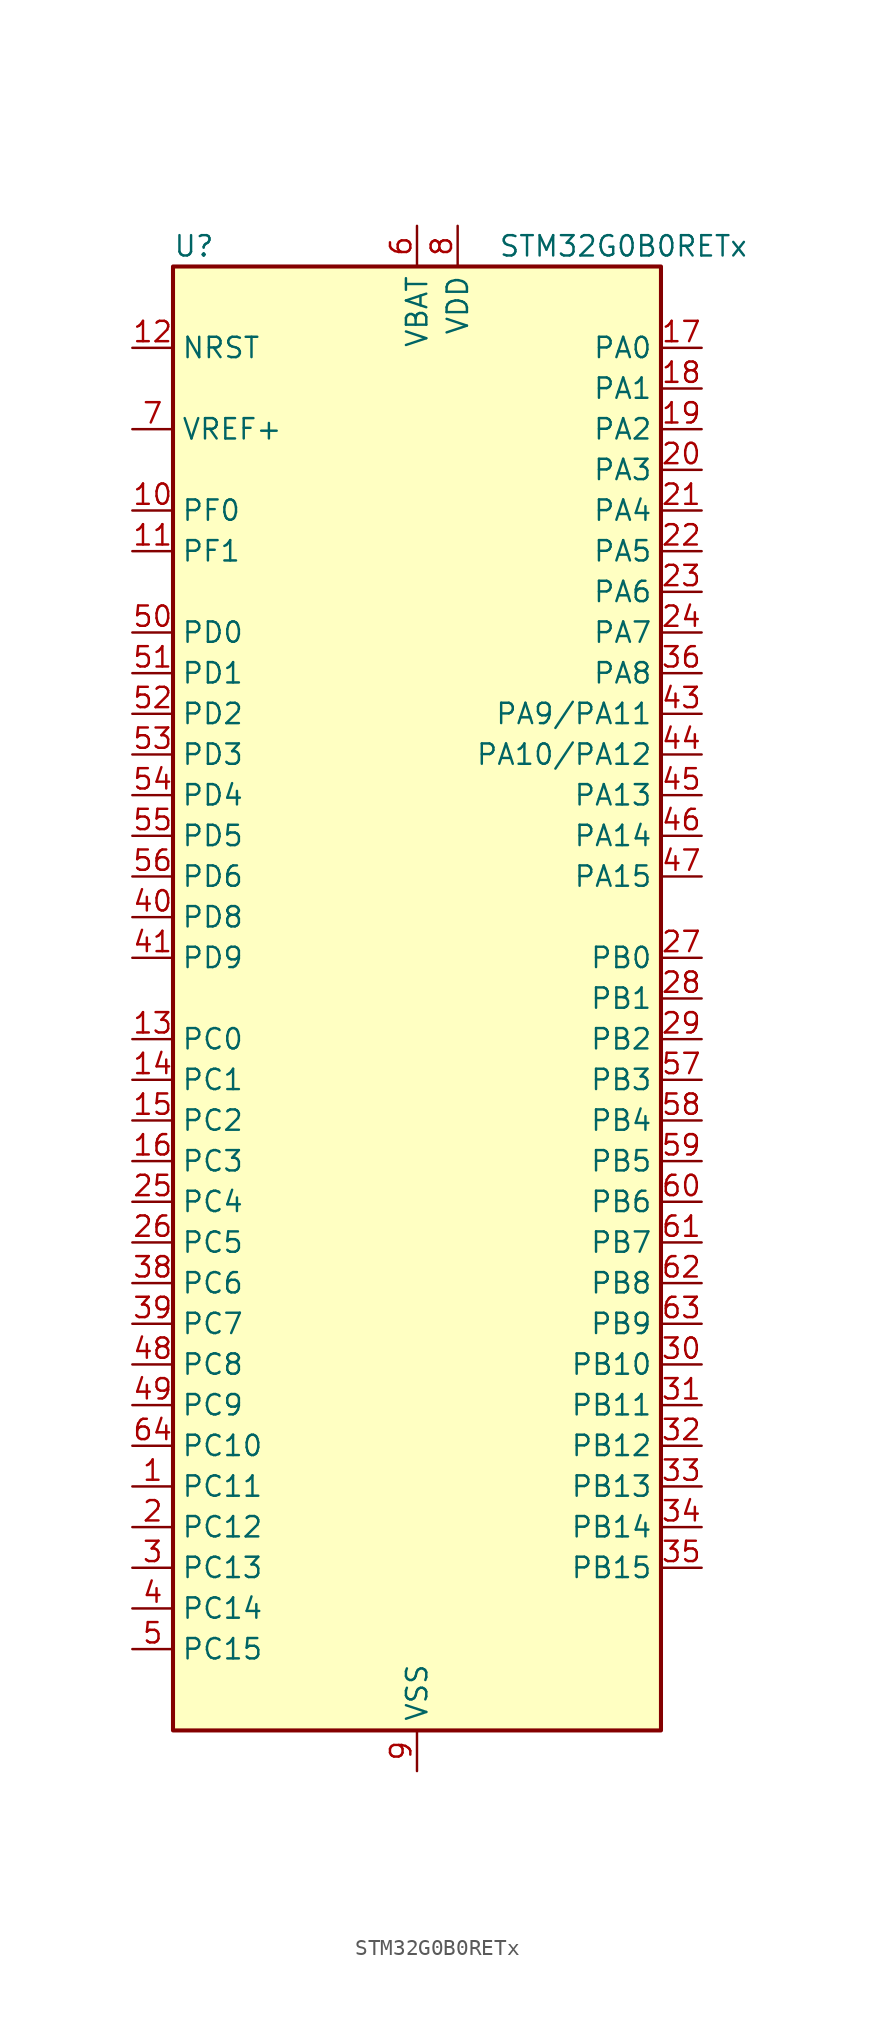
<source format=kicad_sym>
(kicad_symbol_lib
  (version 20241209)
  (generator "kicad_symbol_editor")
  (generator_version "9.0")
  (symbol "STM32G0B0RETx"
    (property "Reference" "U"
      (at -15.24 46.99 0)
      (effects (font (size 1.27 1.27)) (justify left)))
    (property "Value" "STM32G0B0RETx"
      (at 5.08 46.99 0)
      (effects (font (size 1.27 1.27)) (justify left)))
    (symbol "STM32G0B0RETx_0_1"
      (rectangle (start -15.24 -45.72) (end 15.24 45.72) (stroke (width 0.254) (type default)) (fill (type background))))
    (symbol "STM32G0B0RETx_1_1"
      (pin input line (at -17.78 40.64 0) (length 2.54) (name "NRST" (effects (font (size 1.27 1.27)))) (number "12" (effects (font (size 1.27 1.27)))))
      (pin input line (at -17.78 35.56 0) (length 2.54) (name "VREF+" (effects (font (size 1.27 1.27)))) (number "7" (effects (font (size 1.27 1.27)))))
      (pin bidirectional line (at -17.78 30.48 0) (length 2.54) (name "PF0" (effects (font (size 1.27 1.27)))) (number "10" (effects (font (size 1.27 1.27)))) (alternate "CRS1_SYNC" bidirectional line) (alternate "RCC_OSC_IN" bidirectional line) (alternate "TIM14_CH1" bidirectional line))
      (pin bidirectional line (at -17.78 27.94 0) (length 2.54) (name "PF1" (effects (font (size 1.27 1.27)))) (number "11" (effects (font (size 1.27 1.27)))) (alternate "RCC_OSC_EN" bidirectional line) (alternate "RCC_OSC_OUT" bidirectional line) (alternate "TIM15_CH1N" bidirectional line))
      (pin bidirectional line (at -17.78 22.86 0) (length 2.54) (name "PD0" (effects (font (size 1.27 1.27)))) (number "50" (effects (font (size 1.27 1.27)))) (alternate "I2S2_WS" bidirectional line) (alternate "SPI2_NSS" bidirectional line) (alternate "TIM16_CH1" bidirectional line))
      (pin bidirectional line (at -17.78 20.32 0) (length 2.54) (name "PD1" (effects (font (size 1.27 1.27)))) (number "51" (effects (font (size 1.27 1.27)))) (alternate "I2S2_CK" bidirectional line) (alternate "SPI2_SCK" bidirectional line) (alternate "TIM17_CH1" bidirectional line))
      (pin bidirectional line (at -17.78 17.78 0) (length 2.54) (name "PD2" (effects (font (size 1.27 1.27)))) (number "52" (effects (font (size 1.27 1.27)))) (alternate "TIM1_CH1N" bidirectional line) (alternate "TIM3_ETR" bidirectional line) (alternate "USART3_CK" bidirectional line) (alternate "USART3_DE" bidirectional line) (alternate "USART3_RTS" bidirectional line) (alternate "USART5_RX" bidirectional line))
      (pin bidirectional line (at -17.78 15.24 0) (length 2.54) (name "PD3" (effects (font (size 1.27 1.27)))) (number "53" (effects (font (size 1.27 1.27)))) (alternate "I2S2_MCK" bidirectional line) (alternate "SPI2_MISO" bidirectional line) (alternate "TIM1_CH2N" bidirectional line) (alternate "USART2_CTS" bidirectional line) (alternate "USART2_NSS" bidirectional line) (alternate "USART5_TX" bidirectional line))
      (pin bidirectional line (at -17.78 12.7 0) (length 2.54) (name "PD4" (effects (font (size 1.27 1.27)))) (number "54" (effects (font (size 1.27 1.27)))) (alternate "I2S2_SD" bidirectional line) (alternate "SPI2_MOSI" bidirectional line) (alternate "TIM1_CH3N" bidirectional line) (alternate "USART2_CK" bidirectional line) (alternate "USART2_DE" bidirectional line) (alternate "USART2_RTS" bidirectional line) (alternate "USART5_CK" bidirectional line) (alternate "USART5_DE" bidirectional line) (alternate "USART5_RTS" bidirectional line))
      (pin bidirectional line (at -17.78 10.16 0) (length 2.54) (name "PD5" (effects (font (size 1.27 1.27)))) (number "55" (effects (font (size 1.27 1.27)))) (alternate "I2S1_MCK" bidirectional line) (alternate "SPI1_MISO" bidirectional line) (alternate "TIM1_BK" bidirectional line) (alternate "USART2_TX" bidirectional line) (alternate "USART5_CTS" bidirectional line) (alternate "USART5_NSS" bidirectional line))
      (pin bidirectional line (at -17.78 7.62 0) (length 2.54) (name "PD6" (effects (font (size 1.27 1.27)))) (number "56" (effects (font (size 1.27 1.27)))) (alternate "I2S1_SD" bidirectional line) (alternate "SPI1_MOSI" bidirectional line) (alternate "USART2_RX" bidirectional line))
      (pin bidirectional line (at -17.78 5.08 0) (length 2.54) (name "PD8" (effects (font (size 1.27 1.27)))) (number "40" (effects (font (size 1.27 1.27)))) (alternate "I2S1_CK" bidirectional line) (alternate "SPI1_SCK" bidirectional line) (alternate "USART3_TX" bidirectional line))
      (pin bidirectional line (at -17.78 2.54 0) (length 2.54) (name "PD9" (effects (font (size 1.27 1.27)))) (number "41" (effects (font (size 1.27 1.27)))) (alternate "I2S1_WS" bidirectional line) (alternate "SPI1_NSS" bidirectional line) (alternate "TIM1_BK2" bidirectional line) (alternate "USART3_RX" bidirectional line))
      (pin bidirectional line (at -17.78 -2.54 0) (length 2.54) (name "PC0" (effects (font (size 1.27 1.27)))) (number "13" (effects (font (size 1.27 1.27)))) (alternate "I2C3_SCL" bidirectional line) (alternate "USART6_TX" bidirectional line))
      (pin bidirectional line (at -17.78 -5.08 0) (length 2.54) (name "PC1" (effects (font (size 1.27 1.27)))) (number "14" (effects (font (size 1.27 1.27)))) (alternate "I2C3_SDA" bidirectional line) (alternate "TIM15_CH1" bidirectional line) (alternate "USART6_RX" bidirectional line))
      (pin bidirectional line (at -17.78 -7.62 0) (length 2.54) (name "PC2" (effects (font (size 1.27 1.27)))) (number "15" (effects (font (size 1.27 1.27)))) (alternate "I2S2_MCK" bidirectional line) (alternate "SPI2_MISO" bidirectional line) (alternate "TIM15_CH2" bidirectional line))
      (pin bidirectional line (at -17.78 -10.16 0) (length 2.54) (name "PC3" (effects (font (size 1.27 1.27)))) (number "16" (effects (font (size 1.27 1.27)))) (alternate "I2S2_SD" bidirectional line) (alternate "SPI2_MOSI" bidirectional line))
      (pin bidirectional line (at -17.78 -12.7 0) (length 2.54) (name "PC4" (effects (font (size 1.27 1.27)))) (number "25" (effects (font (size 1.27 1.27)))) (alternate "ADC1_IN17" bidirectional line) (alternate "USART1_TX" bidirectional line) (alternate "USART3_TX" bidirectional line))
      (pin bidirectional line (at -17.78 -15.24 0) (length 2.54) (name "PC5" (effects (font (size 1.27 1.27)))) (number "26" (effects (font (size 1.27 1.27)))) (alternate "ADC1_IN18" bidirectional line) (alternate "SYS_WKUP5" bidirectional line) (alternate "USART1_RX" bidirectional line) (alternate "USART3_RX" bidirectional line))
      (pin bidirectional line (at -17.78 -17.78 0) (length 2.54) (name "PC6" (effects (font (size 1.27 1.27)))) (number "38" (effects (font (size 1.27 1.27)))) (alternate "TIM3_CH1" bidirectional line))
      (pin bidirectional line (at -17.78 -20.32 0) (length 2.54) (name "PC7" (effects (font (size 1.27 1.27)))) (number "39" (effects (font (size 1.27 1.27)))) (alternate "TIM3_CH2" bidirectional line))
      (pin bidirectional line (at -17.78 -22.86 0) (length 2.54) (name "PC8" (effects (font (size 1.27 1.27)))) (number "48" (effects (font (size 1.27 1.27)))) (alternate "TIM1_CH1" bidirectional line) (alternate "TIM3_CH3" bidirectional line))
      (pin bidirectional line (at -17.78 -25.4 0) (length 2.54) (name "PC9" (effects (font (size 1.27 1.27)))) (number "49" (effects (font (size 1.27 1.27)))) (alternate "I2S_CKIN" bidirectional line) (alternate "TIM1_CH2" bidirectional line) (alternate "TIM3_CH4" bidirectional line) (alternate "USB_NOE" bidirectional line))
      (pin bidirectional line (at -17.78 -27.94 0) (length 2.54) (name "PC10" (effects (font (size 1.27 1.27)))) (number "64" (effects (font (size 1.27 1.27)))) (alternate "SPI3_SCK" bidirectional line) (alternate "TIM1_CH3" bidirectional line) (alternate "USART3_TX" bidirectional line) (alternate "USART4_TX" bidirectional line))
      (pin bidirectional line (at -17.78 -30.48 0) (length 2.54) (name "PC11" (effects (font (size 1.27 1.27)))) (number "1" (effects (font (size 1.27 1.27)))) (alternate "ADC1_EXTI11" bidirectional line) (alternate "SPI3_MISO" bidirectional line) (alternate "TIM1_CH4" bidirectional line) (alternate "USART3_RX" bidirectional line) (alternate "USART4_RX" bidirectional line))
      (pin bidirectional line (at -17.78 -33.02 0) (length 2.54) (name "PC12" (effects (font (size 1.27 1.27)))) (number "2" (effects (font (size 1.27 1.27)))) (alternate "SPI3_MOSI" bidirectional line) (alternate "TIM14_CH1" bidirectional line) (alternate "USART5_TX" bidirectional line))
      (pin bidirectional line (at -17.78 -35.56 0) (length 2.54) (name "PC13" (effects (font (size 1.27 1.27)))) (number "3" (effects (font (size 1.27 1.27)))) (alternate "RTC_OUT1" bidirectional line) (alternate "RTC_TAMP_IN1" bidirectional line) (alternate "RTC_TS" bidirectional line) (alternate "SYS_WKUP2" bidirectional line) (alternate "TIM1_BK" bidirectional line))
      (pin bidirectional line (at -17.78 -38.1 0) (length 2.54) (name "PC14" (effects (font (size 1.27 1.27)))) (number "4" (effects (font (size 1.27 1.27)))) (alternate "RCC_OSC32_IN" bidirectional line) (alternate "TIM1_BK2" bidirectional line))
      (pin bidirectional line (at -17.78 -40.64 0) (length 2.54) (name "PC15" (effects (font (size 1.27 1.27)))) (number "5" (effects (font (size 1.27 1.27)))) (alternate "RCC_OSC32_EN" bidirectional line) (alternate "RCC_OSC32_OUT" bidirectional line) (alternate "RCC_OSC_EN" bidirectional line) (alternate "TIM15_BK" bidirectional line))
      (pin no_connect line (at -15.24 -43.18 0) (length 2.54) (hide yes) (name "NC/PA10" (effects (font (size 1.27 1.27)))) (number "42" (effects (font (size 1.27 1.27)))) (alternate "I2C1_SDA (PA10)" bidirectional line) (alternate "I2C2_SDA (PA10)" bidirectional line) (alternate "I2S2_SD (PA10)" bidirectional line) (alternate "NC" bidirectional line) (alternate "PA10" bidirectional line) (alternate "RCC_MCO_2 (PA10)" bidirectional line) (alternate "SPI2_MOSI (PA10)" bidirectional line) (alternate "TIM17_BK (PA10)" bidirectional line) (alternate "TIM1_CH3 (PA10)" bidirectional line) (alternate "USART1_RX (PA10)" bidirectional line))
      (pin no_connect line (at -15.24 -45.72 0) (length 2.54) (hide yes) (name "NC/PA9" (effects (font (size 1.27 1.27)))) (number "37" (effects (font (size 1.27 1.27)))) (alternate "I2C1_SCL (PA9)" bidirectional line) (alternate "I2C2_SCL (PA9)" bidirectional line) (alternate "I2S2_MCK (PA9)" bidirectional line) (alternate "NC" bidirectional line) (alternate "PA9" bidirectional line) (alternate "RCC_MCO (PA9)" bidirectional line) (alternate "SPI2_MISO (PA9)" bidirectional line) (alternate "TIM15_BK (PA9)" bidirectional line) (alternate "TIM1_CH2 (PA9)" bidirectional line) (alternate "USART1_TX (PA9)" bidirectional line))
      (pin power_in line (at 0 48.26 270) (length 2.54) (name "VBAT" (effects (font (size 1.27 1.27)))) (number "6" (effects (font (size 1.27 1.27)))))
      (pin power_in line (at 0 -48.26 90) (length 2.54) (name "VSS" (effects (font (size 1.27 1.27)))) (number "9" (effects (font (size 1.27 1.27)))))
      (pin power_in line (at 2.54 48.26 270) (length 2.54) (name "VDD" (effects (font (size 1.27 1.27)))) (number "8" (effects (font (size 1.27 1.27)))))
      (pin bidirectional line (at 17.78 40.64 180) (length 2.54) (name "PA0" (effects (font (size 1.27 1.27)))) (number "17" (effects (font (size 1.27 1.27)))) (alternate "ADC1_IN0" bidirectional line) (alternate "I2S2_CK" bidirectional line) (alternate "RTC_TAMP_IN2" bidirectional line) (alternate "SPI2_SCK" bidirectional line) (alternate "SYS_WKUP1" bidirectional line) (alternate "USART2_CTS" bidirectional line) (alternate "USART2_NSS" bidirectional line) (alternate "USART4_TX" bidirectional line))
      (pin bidirectional line (at 17.78 38.1 180) (length 2.54) (name "PA1" (effects (font (size 1.27 1.27)))) (number "18" (effects (font (size 1.27 1.27)))) (alternate "ADC1_IN1" bidirectional line) (alternate "I2C1_SMBA" bidirectional line) (alternate "I2S1_CK" bidirectional line) (alternate "SPI1_SCK" bidirectional line) (alternate "TIM15_CH1N" bidirectional line) (alternate "USART2_CK" bidirectional line) (alternate "USART2_DE" bidirectional line) (alternate "USART2_RTS" bidirectional line) (alternate "USART4_RX" bidirectional line))
      (pin bidirectional line (at 17.78 35.56 180) (length 2.54) (name "PA2" (effects (font (size 1.27 1.27)))) (number "19" (effects (font (size 1.27 1.27)))) (alternate "ADC1_IN2" bidirectional line) (alternate "I2S1_SD" bidirectional line) (alternate "RCC_LSCO" bidirectional line) (alternate "SPI1_MOSI" bidirectional line) (alternate "SYS_WKUP4" bidirectional line) (alternate "TIM15_CH1" bidirectional line) (alternate "USART2_TX" bidirectional line))
      (pin bidirectional line (at 17.78 33.02 180) (length 2.54) (name "PA3" (effects (font (size 1.27 1.27)))) (number "20" (effects (font (size 1.27 1.27)))) (alternate "ADC1_IN3" bidirectional line) (alternate "I2S2_MCK" bidirectional line) (alternate "SPI2_MISO" bidirectional line) (alternate "TIM15_CH2" bidirectional line) (alternate "USART2_RX" bidirectional line))
      (pin bidirectional line (at 17.78 30.48 180) (length 2.54) (name "PA4" (effects (font (size 1.27 1.27)))) (number "21" (effects (font (size 1.27 1.27)))) (alternate "ADC1_IN4" bidirectional line) (alternate "I2S1_WS" bidirectional line) (alternate "I2S2_SD" bidirectional line) (alternate "RTC_OUT2" bidirectional line) (alternate "SPI1_NSS" bidirectional line) (alternate "SPI2_MOSI" bidirectional line) (alternate "SPI3_NSS" bidirectional line) (alternate "TIM14_CH1" bidirectional line) (alternate "USART6_TX" bidirectional line) (alternate "USB_NOE" bidirectional line))
      (pin bidirectional line (at 17.78 27.94 180) (length 2.54) (name "PA5" (effects (font (size 1.27 1.27)))) (number "22" (effects (font (size 1.27 1.27)))) (alternate "ADC1_IN5" bidirectional line) (alternate "I2S1_CK" bidirectional line) (alternate "SPI1_SCK" bidirectional line) (alternate "USART3_TX" bidirectional line) (alternate "USART6_RX" bidirectional line))
      (pin bidirectional line (at 17.78 25.4 180) (length 2.54) (name "PA6" (effects (font (size 1.27 1.27)))) (number "23" (effects (font (size 1.27 1.27)))) (alternate "ADC1_IN6" bidirectional line) (alternate "I2C2_SDA" bidirectional line) (alternate "I2C3_SDA" bidirectional line) (alternate "I2S1_MCK" bidirectional line) (alternate "SPI1_MISO" bidirectional line) (alternate "TIM16_CH1" bidirectional line) (alternate "TIM1_BK" bidirectional line) (alternate "TIM3_CH1" bidirectional line) (alternate "USART3_CTS" bidirectional line) (alternate "USART3_NSS" bidirectional line) (alternate "USART6_CTS" bidirectional line) (alternate "USART6_NSS" bidirectional line))
      (pin bidirectional line (at 17.78 22.86 180) (length 2.54) (name "PA7" (effects (font (size 1.27 1.27)))) (number "24" (effects (font (size 1.27 1.27)))) (alternate "ADC1_IN7" bidirectional line) (alternate "I2C2_SCL" bidirectional line) (alternate "I2C3_SCL" bidirectional line) (alternate "I2S1_SD" bidirectional line) (alternate "SPI1_MOSI" bidirectional line) (alternate "TIM14_CH1" bidirectional line) (alternate "TIM17_CH1" bidirectional line) (alternate "TIM1_CH1N" bidirectional line) (alternate "TIM3_CH2" bidirectional line) (alternate "USART6_CK" bidirectional line) (alternate "USART6_DE" bidirectional line) (alternate "USART6_RTS" bidirectional line))
      (pin bidirectional line (at 17.78 20.32 180) (length 2.54) (name "PA8" (effects (font (size 1.27 1.27)))) (number "36" (effects (font (size 1.27 1.27)))) (alternate "CRS1_SYNC" bidirectional line) (alternate "I2C2_SMBA" bidirectional line) (alternate "I2S2_WS" bidirectional line) (alternate "RCC_MCO" bidirectional line) (alternate "SPI2_NSS" bidirectional line) (alternate "TIM1_CH1" bidirectional line))
      (pin bidirectional line (at 17.78 17.78 180) (length 2.54) (name "PA9/PA11" (effects (font (size 1.27 1.27)))) (number "43" (effects (font (size 1.27 1.27)))) (alternate "ADC1_EXTI11 (PA11)" bidirectional line) (alternate "I2C1_SCL (PA9)" bidirectional line) (alternate "I2C2_SCL (PA11)" bidirectional line) (alternate "I2C2_SCL (PA9)" bidirectional line) (alternate "I2S1_MCK (PA11)" bidirectional line) (alternate "I2S2_MCK (PA9)" bidirectional line) (alternate "PA11" bidirectional line) (alternate "PA9" bidirectional line) (alternate "RCC_MCO (PA9)" bidirectional line) (alternate "SPI1_MISO (PA11)" bidirectional line) (alternate "SPI2_MISO (PA9)" bidirectional line) (alternate "TIM15_BK (PA9)" bidirectional line) (alternate "TIM1_BK2 (PA11)" bidirectional line) (alternate "TIM1_CH2 (PA9)" bidirectional line) (alternate "TIM1_CH4 (PA11)" bidirectional line) (alternate "USART1_CTS (PA11)" bidirectional line) (alternate "USART1_NSS (PA11)" bidirectional line) (alternate "USART1_TX (PA9)" bidirectional line) (alternate "USB_DM (PA11)" bidirectional line))
      (pin bidirectional line (at 17.78 15.24 180) (length 2.54) (name "PA10/PA12" (effects (font (size 1.27 1.27)))) (number "44" (effects (font (size 1.27 1.27)))) (alternate "I2C1_SDA (PA10)" bidirectional line) (alternate "I2C2_SDA (PA10)" bidirectional line) (alternate "I2C2_SDA (PA12)" bidirectional line) (alternate "I2S1_SD (PA12)" bidirectional line) (alternate "I2S2_SD (PA10)" bidirectional line) (alternate "I2S_CKIN (PA12)" bidirectional line) (alternate "PA10" bidirectional line) (alternate "PA12" bidirectional line) (alternate "RCC_MCO_2 (PA10)" bidirectional line) (alternate "SPI1_MOSI (PA12)" bidirectional line) (alternate "SPI2_MOSI (PA10)" bidirectional line) (alternate "TIM17_BK (PA10)" bidirectional line) (alternate "TIM1_CH3 (PA10)" bidirectional line) (alternate "TIM1_ETR (PA12)" bidirectional line) (alternate "USART1_CK (PA12)" bidirectional line) (alternate "USART1_DE (PA12)" bidirectional line) (alternate "USART1_RTS (PA12)" bidirectional line) (alternate "USART1_RX (PA10)" bidirectional line) (alternate "USB_DP (PA12)" bidirectional line))
      (pin bidirectional line (at 17.78 12.7 180) (length 2.54) (name "PA13" (effects (font (size 1.27 1.27)))) (number "45" (effects (font (size 1.27 1.27)))) (alternate "IR_OUT" bidirectional line) (alternate "SYS_SWDIO" bidirectional line) (alternate "USB_NOE" bidirectional line))
      (pin bidirectional line (at 17.78 10.16 180) (length 2.54) (name "PA14" (effects (font (size 1.27 1.27)))) (number "46" (effects (font (size 1.27 1.27)))) (alternate "SYS_SWCLK" bidirectional line) (alternate "USART2_TX" bidirectional line))
      (pin bidirectional line (at 17.78 7.62 180) (length 2.54) (name "PA15" (effects (font (size 1.27 1.27)))) (number "47" (effects (font (size 1.27 1.27)))) (alternate "I2C2_SMBA" bidirectional line) (alternate "I2S1_WS" bidirectional line) (alternate "RCC_MCO_2" bidirectional line) (alternate "SPI1_NSS" bidirectional line) (alternate "SPI3_NSS" bidirectional line) (alternate "USART2_RX" bidirectional line) (alternate "USART3_CK" bidirectional line) (alternate "USART3_DE" bidirectional line) (alternate "USART3_RTS" bidirectional line) (alternate "USART4_CK" bidirectional line) (alternate "USART4_DE" bidirectional line) (alternate "USART4_RTS" bidirectional line) (alternate "USB_NOE" bidirectional line))
      (pin bidirectional line (at 17.78 2.54 180) (length 2.54) (name "PB0" (effects (font (size 1.27 1.27)))) (number "27" (effects (font (size 1.27 1.27)))) (alternate "ADC1_IN8" bidirectional line) (alternate "I2S1_WS" bidirectional line) (alternate "SPI1_NSS" bidirectional line) (alternate "TIM1_CH2N" bidirectional line) (alternate "TIM3_CH3" bidirectional line) (alternate "USART3_RX" bidirectional line) (alternate "USART5_TX" bidirectional line))
      (pin bidirectional line (at 17.78 0 180) (length 2.54) (name "PB1" (effects (font (size 1.27 1.27)))) (number "28" (effects (font (size 1.27 1.27)))) (alternate "ADC1_IN9" bidirectional line) (alternate "TIM14_CH1" bidirectional line) (alternate "TIM1_CH3N" bidirectional line) (alternate "TIM3_CH4" bidirectional line) (alternate "USART3_CK" bidirectional line) (alternate "USART3_DE" bidirectional line) (alternate "USART3_RTS" bidirectional line) (alternate "USART5_RX" bidirectional line))
      (pin bidirectional line (at 17.78 -2.54 180) (length 2.54) (name "PB2" (effects (font (size 1.27 1.27)))) (number "29" (effects (font (size 1.27 1.27)))) (alternate "ADC1_IN10" bidirectional line) (alternate "I2S2_MCK" bidirectional line) (alternate "RCC_MCO_2" bidirectional line) (alternate "SPI2_MISO" bidirectional line) (alternate "USART3_TX" bidirectional line))
      (pin bidirectional line (at 17.78 -5.08 180) (length 2.54) (name "PB3" (effects (font (size 1.27 1.27)))) (number "57" (effects (font (size 1.27 1.27)))) (alternate "I2C2_SCL" bidirectional line) (alternate "I2C3_SCL" bidirectional line) (alternate "I2S1_CK" bidirectional line) (alternate "SPI1_SCK" bidirectional line) (alternate "SPI3_SCK" bidirectional line) (alternate "TIM1_CH2" bidirectional line) (alternate "USART1_CK" bidirectional line) (alternate "USART1_DE" bidirectional line) (alternate "USART1_RTS" bidirectional line) (alternate "USART5_TX" bidirectional line))
      (pin bidirectional line (at 17.78 -7.62 180) (length 2.54) (name "PB4" (effects (font (size 1.27 1.27)))) (number "58" (effects (font (size 1.27 1.27)))) (alternate "I2C2_SDA" bidirectional line) (alternate "I2C3_SDA" bidirectional line) (alternate "I2S1_MCK" bidirectional line) (alternate "SPI1_MISO" bidirectional line) (alternate "SPI3_MISO" bidirectional line) (alternate "TIM17_BK" bidirectional line) (alternate "TIM3_CH1" bidirectional line) (alternate "USART1_CTS" bidirectional line) (alternate "USART1_NSS" bidirectional line) (alternate "USART5_RX" bidirectional line))
      (pin bidirectional line (at 17.78 -10.16 180) (length 2.54) (name "PB5" (effects (font (size 1.27 1.27)))) (number "59" (effects (font (size 1.27 1.27)))) (alternate "I2C1_SMBA" bidirectional line) (alternate "I2S1_SD" bidirectional line) (alternate "SPI1_MOSI" bidirectional line) (alternate "SPI3_MOSI" bidirectional line) (alternate "SYS_WKUP6" bidirectional line) (alternate "TIM16_BK" bidirectional line) (alternate "TIM3_CH2" bidirectional line) (alternate "USART5_CK" bidirectional line) (alternate "USART5_DE" bidirectional line) (alternate "USART5_RTS" bidirectional line))
      (pin bidirectional line (at 17.78 -12.7 180) (length 2.54) (name "PB6" (effects (font (size 1.27 1.27)))) (number "60" (effects (font (size 1.27 1.27)))) (alternate "I2C1_SCL" bidirectional line) (alternate "I2S2_MCK" bidirectional line) (alternate "SPI2_MISO" bidirectional line) (alternate "TIM16_CH1N" bidirectional line) (alternate "TIM1_CH3" bidirectional line) (alternate "TIM4_CH1" bidirectional line) (alternate "USART1_TX" bidirectional line) (alternate "USART5_CTS" bidirectional line) (alternate "USART5_NSS" bidirectional line))
      (pin bidirectional line (at 17.78 -15.24 180) (length 2.54) (name "PB7" (effects (font (size 1.27 1.27)))) (number "61" (effects (font (size 1.27 1.27)))) (alternate "I2C1_SDA" bidirectional line) (alternate "I2S2_SD" bidirectional line) (alternate "SPI2_MOSI" bidirectional line) (alternate "TIM17_CH1N" bidirectional line) (alternate "TIM4_CH2" bidirectional line) (alternate "USART1_RX" bidirectional line) (alternate "USART4_CTS" bidirectional line) (alternate "USART4_NSS" bidirectional line))
      (pin bidirectional line (at 17.78 -17.78 180) (length 2.54) (name "PB8" (effects (font (size 1.27 1.27)))) (number "62" (effects (font (size 1.27 1.27)))) (alternate "I2C1_SCL" bidirectional line) (alternate "I2S2_CK" bidirectional line) (alternate "SPI2_SCK" bidirectional line) (alternate "TIM15_BK" bidirectional line) (alternate "TIM16_CH1" bidirectional line) (alternate "TIM4_CH3" bidirectional line) (alternate "USART3_TX" bidirectional line) (alternate "USART6_TX" bidirectional line))
      (pin bidirectional line (at 17.78 -20.32 180) (length 2.54) (name "PB9" (effects (font (size 1.27 1.27)))) (number "63" (effects (font (size 1.27 1.27)))) (alternate "I2C1_SDA" bidirectional line) (alternate "I2S2_WS" bidirectional line) (alternate "IR_OUT" bidirectional line) (alternate "SPI2_NSS" bidirectional line) (alternate "TIM17_CH1" bidirectional line) (alternate "TIM4_CH4" bidirectional line) (alternate "USART3_RX" bidirectional line) (alternate "USART6_RX" bidirectional line))
      (pin bidirectional line (at 17.78 -22.86 180) (length 2.54) (name "PB10" (effects (font (size 1.27 1.27)))) (number "30" (effects (font (size 1.27 1.27)))) (alternate "ADC1_IN11" bidirectional line) (alternate "I2C2_SCL" bidirectional line) (alternate "I2S2_CK" bidirectional line) (alternate "SPI2_SCK" bidirectional line) (alternate "USART3_TX" bidirectional line))
      (pin bidirectional line (at 17.78 -25.4 180) (length 2.54) (name "PB11" (effects (font (size 1.27 1.27)))) (number "31" (effects (font (size 1.27 1.27)))) (alternate "ADC1_EXTI11" bidirectional line) (alternate "ADC1_IN15" bidirectional line) (alternate "I2C2_SDA" bidirectional line) (alternate "I2S2_SD" bidirectional line) (alternate "SPI2_MOSI" bidirectional line) (alternate "USART3_RX" bidirectional line))
      (pin bidirectional line (at 17.78 -27.94 180) (length 2.54) (name "PB12" (effects (font (size 1.27 1.27)))) (number "32" (effects (font (size 1.27 1.27)))) (alternate "ADC1_IN16" bidirectional line) (alternate "I2C2_SMBA" bidirectional line) (alternate "I2S2_WS" bidirectional line) (alternate "SPI2_NSS" bidirectional line) (alternate "TIM15_BK" bidirectional line) (alternate "TIM1_BK" bidirectional line))
      (pin bidirectional line (at 17.78 -30.48 180) (length 2.54) (name "PB13" (effects (font (size 1.27 1.27)))) (number "33" (effects (font (size 1.27 1.27)))) (alternate "I2C2_SCL" bidirectional line) (alternate "I2S2_CK" bidirectional line) (alternate "SPI2_SCK" bidirectional line) (alternate "TIM15_CH1N" bidirectional line) (alternate "TIM1_CH1N" bidirectional line) (alternate "USART3_CTS" bidirectional line) (alternate "USART3_NSS" bidirectional line))
      (pin bidirectional line (at 17.78 -33.02 180) (length 2.54) (name "PB14" (effects (font (size 1.27 1.27)))) (number "34" (effects (font (size 1.27 1.27)))) (alternate "I2C2_SDA" bidirectional line) (alternate "I2S2_MCK" bidirectional line) (alternate "SPI2_MISO" bidirectional line) (alternate "TIM15_CH1" bidirectional line) (alternate "TIM1_CH2N" bidirectional line) (alternate "USART3_CK" bidirectional line) (alternate "USART3_DE" bidirectional line) (alternate "USART3_RTS" bidirectional line) (alternate "USART6_CK" bidirectional line) (alternate "USART6_DE" bidirectional line) (alternate "USART6_RTS" bidirectional line))
      (pin bidirectional line (at 17.78 -35.56 180) (length 2.54) (name "PB15" (effects (font (size 1.27 1.27)))) (number "35" (effects (font (size 1.27 1.27)))) (alternate "I2S2_SD" bidirectional line) (alternate "RTC_REFIN" bidirectional line) (alternate "SPI2_MOSI" bidirectional line) (alternate "TIM15_CH1N" bidirectional line) (alternate "TIM15_CH2" bidirectional line) (alternate "TIM1_CH3N" bidirectional line) (alternate "USART6_CTS" bidirectional line) (alternate "USART6_NSS" bidirectional line)))))
</source>
